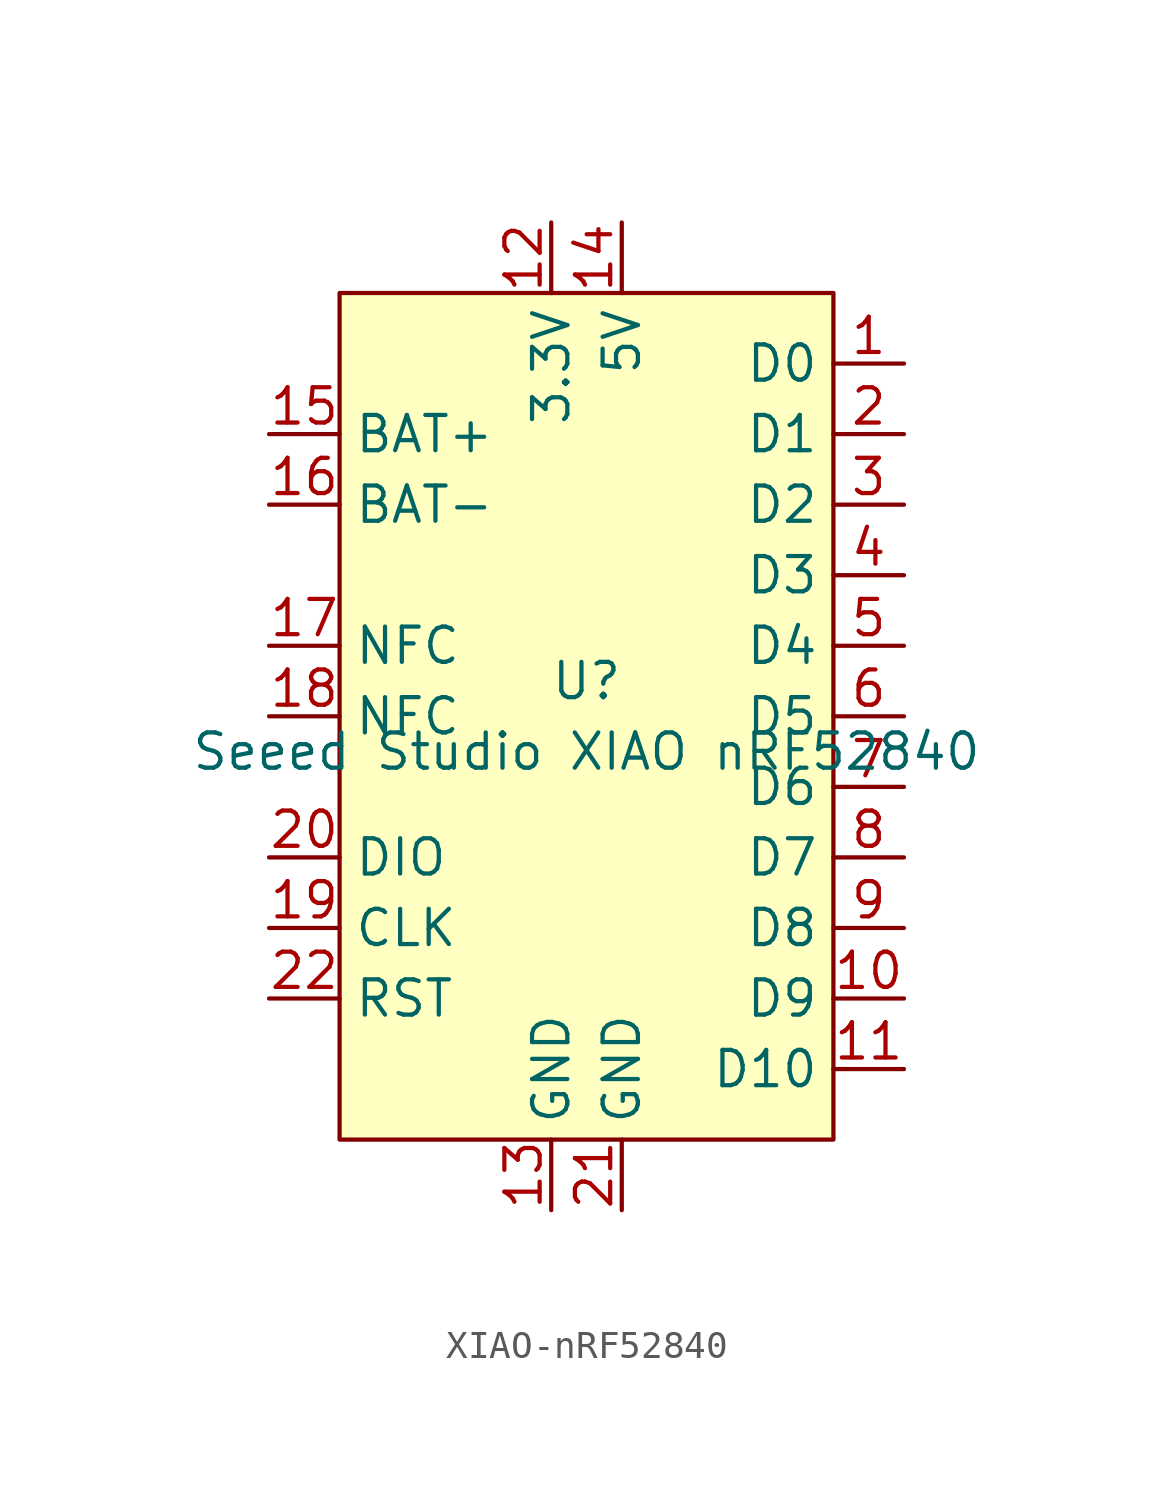
<source format=kicad_sym>
(kicad_symbol_lib
  (version 20231120)
  (generator "kicad_symbol_editor")
  (generator_version "8.0")
  (symbol "XIAO-nRF52840"
    (property "Reference" "U"
      (at 1.27 1.27 0)
      (effects (font (size 1.27 1.27))))
    (property "Value" "Seeed Studio XIAO nRF52840"
      (at 1.27 -1.27 0)
      (effects (font (size 1.27 1.27))))
    (symbol "XIAO-nRF52840_0_0"
      (pin bidirectional line (at 12.7 12.7 180) (length 2.54) (name "D0" (effects (font (size 1.27 1.27)))) (number "1" (effects (font (size 1.27 1.27)))))
      (pin bidirectional line (at 12.7 -10.16 180) (length 2.54) (name "D9" (effects (font (size 1.27 1.27)))) (number "10" (effects (font (size 1.27 1.27)))))
      (pin bidirectional line (at 12.7 -12.7 180) (length 2.54) (name "D10" (effects (font (size 1.27 1.27)))) (number "11" (effects (font (size 1.27 1.27)))))
      (pin power_in line (at 0 17.78 270) (length 2.54) (name "3.3V" (effects (font (size 1.27 1.27)))) (number "12" (effects (font (size 1.27 1.27)))))
      (pin power_in line (at 0 -17.78 90) (length 2.54) (name "GND" (effects (font (size 1.27 1.27)))) (number "13" (effects (font (size 1.27 1.27)))))
      (pin power_in line (at 2.54 17.78 270) (length 2.54) (name "5V" (effects (font (size 1.27 1.27)))) (number "14" (effects (font (size 1.27 1.27)))))
      (pin power_in line (at -10.16 10.16 0) (length 2.54) (name "BAT+" (effects (font (size 1.27 1.27)))) (number "15" (effects (font (size 1.27 1.27)))))
      (pin power_in line (at -10.16 7.62 0) (length 2.54) (name "BAT-" (effects (font (size 1.27 1.27)))) (number "16" (effects (font (size 1.27 1.27)))))
      (pin passive line (at -10.16 2.54 0) (length 2.54) (name "NFC" (effects (font (size 1.27 1.27)))) (number "17" (effects (font (size 1.27 1.27)))))
      (pin passive line (at -10.16 0 0) (length 2.54) (name "NFC" (effects (font (size 1.27 1.27)))) (number "18" (effects (font (size 1.27 1.27)))))
      (pin input line (at -10.16 -7.62 0) (length 2.54) (name "CLK" (effects (font (size 1.27 1.27)))) (number "19" (effects (font (size 1.27 1.27)))))
      (pin bidirectional line (at 12.7 10.16 180) (length 2.54) (name "D1" (effects (font (size 1.27 1.27)))) (number "2" (effects (font (size 1.27 1.27)))))
      (pin bidirectional line (at -10.16 -5.08 0) (length 2.54) (name "DIO" (effects (font (size 1.27 1.27)))) (number "20" (effects (font (size 1.27 1.27)))))
      (pin power_in line (at 2.54 -17.78 90) (length 2.54) (name "GND" (effects (font (size 1.27 1.27)))) (number "21" (effects (font (size 1.27 1.27)))))
      (pin input line (at -10.16 -10.16 0) (length 2.54) (name "RST" (effects (font (size 1.27 1.27)))) (number "22" (effects (font (size 1.27 1.27)))))
      (pin bidirectional line (at 12.7 7.62 180) (length 2.54) (name "D2" (effects (font (size 1.27 1.27)))) (number "3" (effects (font (size 1.27 1.27)))))
      (pin bidirectional line (at 12.7 5.08 180) (length 2.54) (name "D3" (effects (font (size 1.27 1.27)))) (number "4" (effects (font (size 1.27 1.27)))))
      (pin bidirectional line (at 12.7 2.54 180) (length 2.54) (name "D4" (effects (font (size 1.27 1.27)))) (number "5" (effects (font (size 1.27 1.27)))))
      (pin bidirectional line (at 12.7 0 180) (length 2.54) (name "D5" (effects (font (size 1.27 1.27)))) (number "6" (effects (font (size 1.27 1.27)))))
      (pin bidirectional line (at 12.7 -2.54 180) (length 2.54) (name "D6" (effects (font (size 1.27 1.27)))) (number "7" (effects (font (size 1.27 1.27)))))
      (pin bidirectional line (at 12.7 -5.08 180) (length 2.54) (name "D7" (effects (font (size 1.27 1.27)))) (number "8" (effects (font (size 1.27 1.27)))))
      (pin bidirectional line (at 12.7 -7.62 180) (length 2.54) (name "D8" (effects (font (size 1.27 1.27)))) (number "9" (effects (font (size 1.27 1.27))))))
    (symbol "XIAO-nRF52840_1_1"
      (rectangle (start -7.62 15.24) (end 10.16 -15.24) (stroke (width 0) (type default)) (fill (type background))))))
</source>
